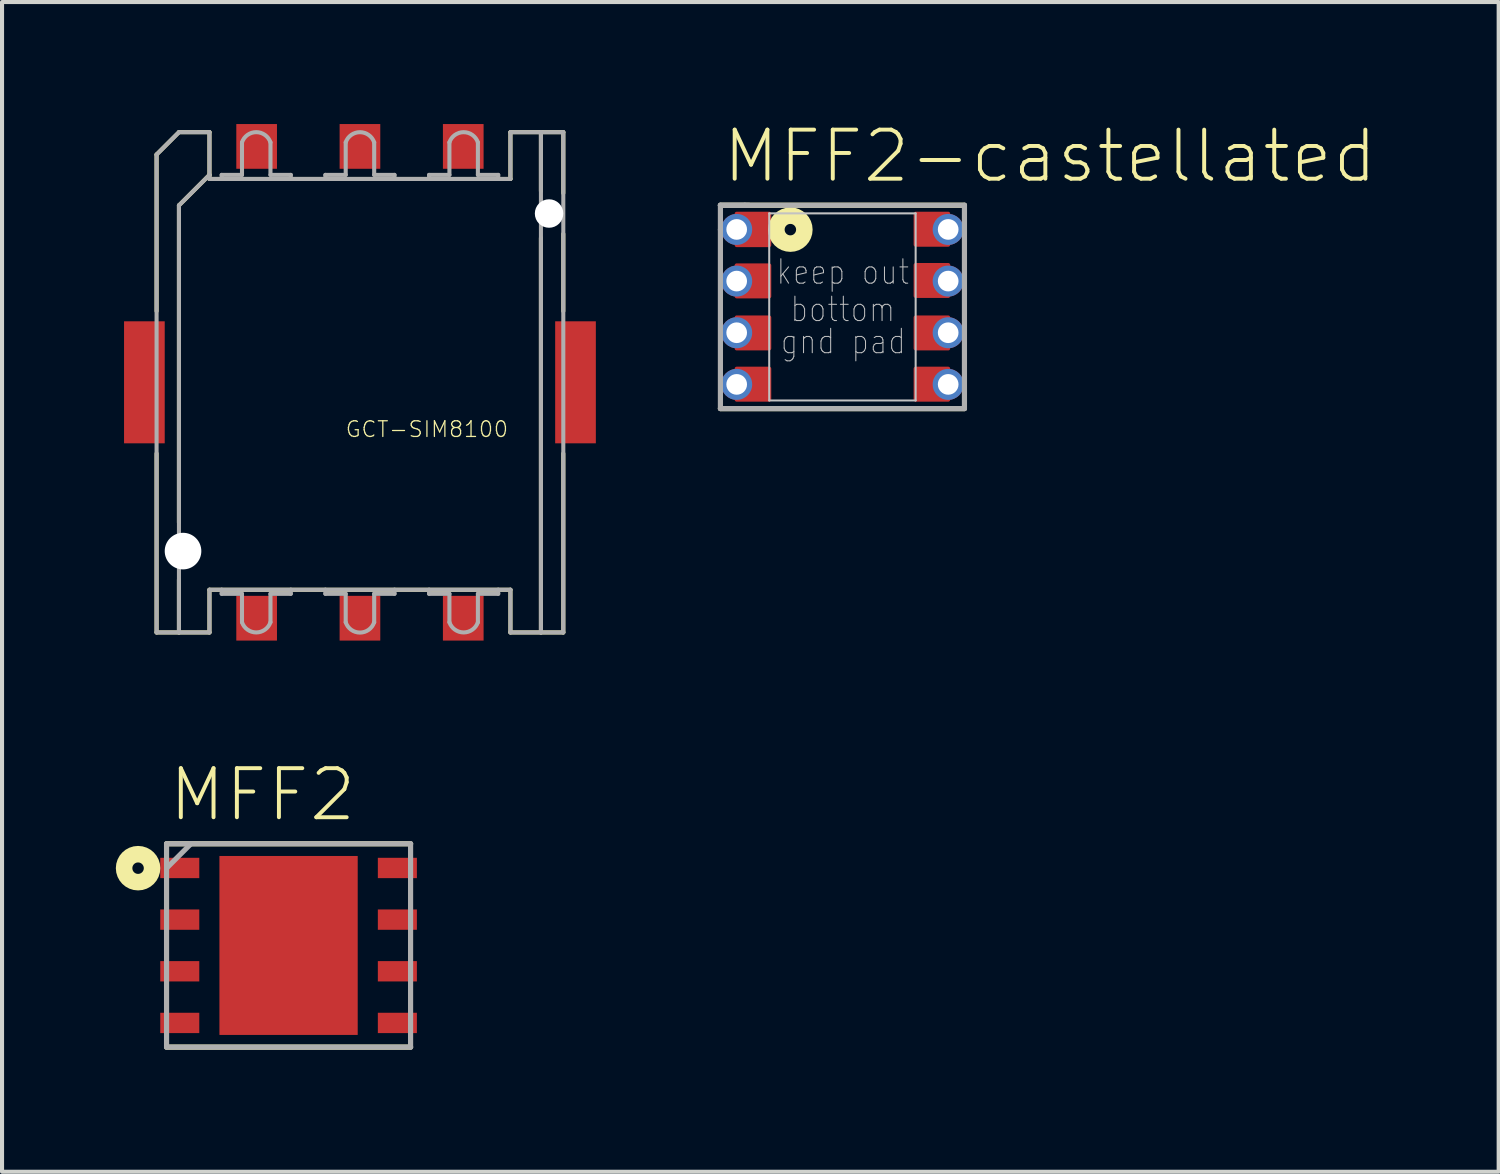
<source format=kicad_pcb>
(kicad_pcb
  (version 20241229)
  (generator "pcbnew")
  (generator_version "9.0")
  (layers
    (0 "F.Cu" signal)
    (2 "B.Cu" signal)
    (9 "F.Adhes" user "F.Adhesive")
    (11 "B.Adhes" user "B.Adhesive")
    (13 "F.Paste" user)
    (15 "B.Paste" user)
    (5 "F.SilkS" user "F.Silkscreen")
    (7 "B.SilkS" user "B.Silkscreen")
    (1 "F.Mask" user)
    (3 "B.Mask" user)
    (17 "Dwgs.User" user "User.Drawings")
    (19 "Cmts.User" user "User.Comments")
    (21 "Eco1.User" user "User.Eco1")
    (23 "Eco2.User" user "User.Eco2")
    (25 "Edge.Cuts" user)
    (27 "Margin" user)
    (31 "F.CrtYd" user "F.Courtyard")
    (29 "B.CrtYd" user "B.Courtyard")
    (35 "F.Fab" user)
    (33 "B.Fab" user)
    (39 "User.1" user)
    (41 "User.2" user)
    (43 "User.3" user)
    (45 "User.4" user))
  (footprint "MFF2"
    (layer "F.Cu")
    (at 4.045 20.196)
    (property "Reference" "MFF2" (at -3 -3 180) (layer "F.SilkS") (effects (font (size 1.206 1.206) (thickness 0.097)) (justify left bottom)))
    (attr through_hole)
    (fp_line (start -3 -2.5) (end 3 -2.5) (stroke (width 0.127) (type solid)) (layer "F.SilkS"))
    (fp_line (start 3 2.5) (end -3 2.5) (stroke (width 0.127) (type solid)) (layer "F.SilkS"))
    (fp_circle (center -3.7 -1.9) (end -3.559 -1.9) (stroke (width 0.406) (type solid)) (fill no) (layer "F.SilkS"))
    (fp_line (start -3 -2.5) (end -2.4 -2.5) (stroke (width 0.127) (type solid)) (layer "F.Fab"))
    (fp_line (start -3 -1.9) (end -3 -2.5) (stroke (width 0.127) (type solid)) (layer "F.Fab"))
    (fp_line (start -3 -1.9) (end -2.4 -2.5) (stroke (width 0.127) (type solid)) (layer "F.Fab"))
    (fp_line (start -3 2.5) (end -3 -1.9) (stroke (width 0.127) (type solid)) (layer "F.Fab"))
    (fp_line (start -2.4 -2.5) (end 3 -2.5) (stroke (width 0.127) (type solid)) (layer "F.Fab"))
    (fp_line (start 3 -2.5) (end 3 2.5) (stroke (width 0.127) (type solid)) (layer "F.Fab"))
    (fp_line (start 3 2.5) (end -3 2.5) (stroke (width 0.127) (type solid)) (layer "F.Fab"))
    (pad "1" smd rect (at -2.675 -1.905) (size 0.96 0.5) (layers "F.Cu" "F.Mask" "F.Paste"))
    (pad "2" smd rect (at -2.675 -0.635) (size 0.96 0.5) (layers "F.Cu" "F.Mask" "F.Paste"))
    (pad "3" smd rect (at -2.675 0.635) (size 0.96 0.5) (layers "F.Cu" "F.Mask" "F.Paste"))
    (pad "4" smd rect (at -2.675 1.905) (size 0.96 0.5) (layers "F.Cu" "F.Mask" "F.Paste"))
    (pad "5" smd rect (at 2.675 1.905) (size 0.96 0.5) (layers "F.Cu" "F.Mask" "F.Paste"))
    (pad "6" smd rect (at 2.675 0.635) (size 0.96 0.5) (layers "F.Cu" "F.Mask" "F.Paste"))
    (pad "7" smd rect (at 2.675 -0.635) (size 0.96 0.5) (layers "F.Cu" "F.Mask" "F.Paste"))
    (pad "8" smd rect (at 2.675 -1.905) (size 0.96 0.5) (layers "F.Cu" "F.Mask" "F.Paste"))
    (pad "P$1" smd rect (at 0 0) (size 3.4 4.4) (layers "F.Cu" "F.Mask" "F.Paste")))
  (footprint "MFF2-castellated"
    (layer "F.Cu")
    (at 17.663 4.496)
    (property "Reference" "MFF2-castellated" (at -3 -3 180) (layer "F.SilkS") (effects (font (size 1.206 1.206) (thickness 0.097)) (justify left bottom)))
    (attr through_hole)
    (fp_poly (pts (xy -1.8 -1.52) (xy -2.6 -1.52) (xy -2.6 -2.29) (xy -1.8 -2.29)) (stroke (width 0.1) (type solid)) (fill yes) (layer "F.Cu"))
    (fp_poly (pts (xy -1.8 -0.26) (xy -2.6 -0.26) (xy -2.6 -1.02) (xy -1.8 -1.02)) (stroke (width 0.1) (type solid)) (fill yes) (layer "F.Cu"))
    (fp_poly (pts (xy -1.8 1.02) (xy -2.6 1.02) (xy -2.6 0.26) (xy -1.8 0.26)) (stroke (width 0.1) (type solid)) (fill yes) (layer "F.Cu"))
    (fp_poly (pts (xy -1.8 2.28) (xy -2.6 2.28) (xy -2.6 1.52) (xy -1.8 1.52)) (stroke (width 0.1) (type solid)) (fill yes) (layer "F.Cu"))
    (fp_poly (pts (xy 2.6 -1.53) (xy 1.8 -1.53) (xy 1.8 -2.29) (xy 2.6 -2.29)) (stroke (width 0.1) (type solid)) (fill yes) (layer "F.Cu"))
    (fp_poly (pts (xy 2.6 -0.27) (xy 1.8 -0.27) (xy 1.8 -1.03) (xy 2.6 -1.03)) (stroke (width 0.1) (type solid)) (fill yes) (layer "F.Cu"))
    (fp_poly (pts (xy 2.6 1.02) (xy 1.8 1.02) (xy 1.8 0.26) (xy 2.6 0.26)) (stroke (width 0.1) (type solid)) (fill yes) (layer "F.Cu"))
    (fp_poly (pts (xy 2.6 2.28) (xy 1.8 2.28) (xy 1.8 1.52) (xy 2.6 1.52)) (stroke (width 0.1) (type solid)) (fill yes) (layer "F.Cu"))
    (fp_poly (pts (xy -1.8 -1.52) (xy -2.6 -1.52) (xy -2.6 -2.29) (xy -1.8 -2.29)) (stroke (width 0.1) (type solid)) (fill yes) (layer "F.Mask"))
    (fp_poly (pts (xy -1.8 -0.26) (xy -2.6 -0.26) (xy -2.6 -1.02) (xy -1.8 -1.02)) (stroke (width 0.1) (type solid)) (fill yes) (layer "F.Mask"))
    (fp_poly (pts (xy -1.8 1.02) (xy -2.6 1.02) (xy -2.6 0.26) (xy -1.8 0.26)) (stroke (width 0.1) (type solid)) (fill yes) (layer "F.Mask"))
    (fp_poly (pts (xy -1.8 2.28) (xy -2.6 2.28) (xy -2.6 1.52) (xy -1.8 1.52)) (stroke (width 0.1) (type solid)) (fill yes) (layer "F.Mask"))
    (fp_poly (pts (xy 2.6 -1.53) (xy 1.8 -1.53) (xy 1.8 -2.29) (xy 2.6 -2.29)) (stroke (width 0.1) (type solid)) (fill yes) (layer "F.Mask"))
    (fp_poly (pts (xy 2.6 -0.27) (xy 1.8 -0.27) (xy 1.8 -1.03) (xy 2.6 -1.03)) (stroke (width 0.1) (type solid)) (fill yes) (layer "F.Mask"))
    (fp_poly (pts (xy 2.6 1.02) (xy 1.8 1.02) (xy 1.8 0.26) (xy 2.6 0.26)) (stroke (width 0.1) (type solid)) (fill yes) (layer "F.Mask"))
    (fp_poly (pts (xy 2.6 2.28) (xy 1.8 2.28) (xy 1.8 1.52) (xy 2.6 1.52)) (stroke (width 0.1) (type solid)) (fill yes) (layer "F.Mask"))
    (fp_line (start -3 -2.5) (end 3 -2.5) (stroke (width 0.127) (type solid)) (layer "F.SilkS"))
    (fp_line (start 3 2.5) (end -3 2.5) (stroke (width 0.127) (type solid)) (layer "F.SilkS"))
    (fp_circle (center -1.28 -1.9) (end -1.139 -1.9) (stroke (width 0.406) (type solid)) (fill no) (layer "F.SilkS"))
    (fp_line (start -1.8 -2.3) (end -1.8 2.3) (stroke (width 0.05) (type solid)) (layer "Dwgs.User"))
    (fp_line (start -1.8 2.3) (end 1.8 2.3) (stroke (width 0.05) (type solid)) (layer "Dwgs.User"))
    (fp_line (start 1.8 -2.3) (end -1.8 -2.3) (stroke (width 0.05) (type solid)) (layer "Dwgs.User"))
    (fp_line (start 1.8 2.3) (end 1.8 -2.3) (stroke (width 0.05) (type solid)) (layer "Dwgs.User"))
    (fp_line (start -3 -2.5) (end -2.4 -2.5) (stroke (width 0.127) (type solid)) (layer "F.Fab"))
    (fp_line (start -3 -2.5) (end -2.3 -2.5) (stroke (width 0.127) (type solid)) (layer "F.Fab"))
    (fp_line (start -3 -1.9) (end -3 -2.5) (stroke (width 0.127) (type solid)) (layer "F.Fab"))
    (fp_line (start -3 2.5) (end -3 -1.9) (stroke (width 0.127) (type solid)) (layer "F.Fab"))
    (fp_line (start -2.4 -2.5) (end 3 -2.5) (stroke (width 0.127) (type solid)) (layer "F.Fab"))
    (fp_line (start 3 -2.5) (end 3 2.5) (stroke (width 0.127) (type solid)) (layer "F.Fab"))
    (fp_line (start 3 2.5) (end -3 2.5) (stroke (width 0.127) (type solid)) (layer "F.Fab"))
    (fp_text user "keep out" (at 0.01 -0.86 0) (layer "Dwgs.User") (effects (font (size 0.6 0.5) (thickness 0.025))))
    (fp_text user "bottom" (at 0.01 0.06 0) (layer "Dwgs.User") (effects (font (size 0.6 0.5) (thickness 0.025))))
    (fp_text user "gnd pad" (at 0.02 0.85 0) (layer "Dwgs.User") (effects (font (size 0.6 0.5) (thickness 0.025))))
    (pad "1" thru_hole circle (at -2.6 -1.905) (size 0.762 0.762) (drill 0.508) (layers "*.Cu" "*.Mask"))
    (pad "2" thru_hole circle (at -2.6 -0.635) (size 0.762 0.762) (drill 0.508) (layers "*.Cu" "*.Mask"))
    (pad "3" thru_hole circle (at -2.6 0.635) (size 0.762 0.762) (drill 0.508) (layers "*.Cu" "*.Mask"))
    (pad "4" thru_hole circle (at -2.6 1.905) (size 0.762 0.762) (drill 0.508) (layers "*.Cu" "*.Mask"))
    (pad "5" thru_hole circle (at 2.6 1.905) (size 0.762 0.762) (drill 0.508) (layers "*.Cu" "*.Mask"))
    (pad "6" thru_hole circle (at 2.6 0.635) (size 0.762 0.762) (drill 0.508) (layers "*.Cu" "*.Mask"))
    (pad "7" thru_hole circle (at 2.6 -0.635) (size 0.762 0.762) (drill 0.508) (layers "*.Cu" "*.Mask"))
    (pad "8" thru_hole circle (at 2.6 -1.905) (size 0.762 0.762) (drill 0.508) (layers "*.Cu" "*.Mask")))
  (footprint "GCT-SIM8100"
    (layer "F.Cu")
    (at 5.8 6.35)
    (property "Reference" "GCT-SIM8100" (at -0.377 1.38 180) (layer "F.SilkS") (effects (font (size 0.386 0.386) (thickness 0.031)) (justify left bottom)))
    (attr through_hole)
    (fp_line (start -5 -5.6) (end -5 -1.75) (stroke (width 0.1) (type solid)) (layer "F.SilkS"))
    (fp_line (start -5 6.15) (end -5 1.75) (stroke (width 0.1) (type solid)) (layer "F.SilkS"))
    (fp_line (start -4.45 -6.15) (end -5 -5.6) (stroke (width 0.1) (type solid)) (layer "F.SilkS"))
    (fp_line (start -4.45 3.45) (end -4.45 -4.35) (stroke (width 0.1) (type solid)) (layer "F.SilkS"))
    (fp_line (start -4.45 6.15) (end -5 6.15) (stroke (width 0.1) (type solid)) (layer "F.SilkS"))
    (fp_line (start -4.45 6.15) (end -4.45 4.85) (stroke (width 0.1) (type solid)) (layer "F.SilkS"))
    (fp_line (start -3.7 -6.15) (end -4.45 -6.15) (stroke (width 0.1) (type solid)) (layer "F.SilkS"))
    (fp_line (start -3.7 -6.15) (end -3.7 -5.1) (stroke (width 0.1) (type solid)) (layer "F.SilkS"))
    (fp_line (start -3.7 -5.1) (end -4.45 -4.35) (stroke (width 0.1) (type solid)) (layer "F.SilkS"))
    (fp_line (start -3.7 -5.1) (end -3.7 -5) (stroke (width 0.1) (type solid)) (layer "F.SilkS"))
    (fp_line (start -3.7 -5) (end 3.7 -5) (stroke (width 0.1) (type solid)) (layer "F.SilkS"))
    (fp_line (start -3.7 5.1) (end -3.7 6.15) (stroke (width 0.1) (type solid)) (layer "F.SilkS"))
    (fp_line (start -3.7 6.15) (end -4.45 6.15) (stroke (width 0.1) (type solid)) (layer "F.SilkS"))
    (fp_line (start 3.7 -6.15) (end 4.45 -6.15) (stroke (width 0.1) (type solid)) (layer "F.SilkS"))
    (fp_line (start 3.7 -5) (end 3.7 -6.15) (stroke (width 0.1) (type solid)) (layer "F.SilkS"))
    (fp_line (start 3.7 5.1) (end -3.7 5.1) (stroke (width 0.1) (type solid)) (layer "F.SilkS"))
    (fp_line (start 3.7 6.15) (end 3.7 5.1) (stroke (width 0.1) (type solid)) (layer "F.SilkS"))
    (fp_line (start 4.45 -6.15) (end 4.45 -4.7) (stroke (width 0.1) (type solid)) (layer "F.SilkS"))
    (fp_line (start 4.45 -6.15) (end 5 -6.15) (stroke (width 0.1) (type solid)) (layer "F.SilkS"))
    (fp_line (start 4.45 -3.55) (end 4.45 6.15) (stroke (width 0.1) (type solid)) (layer "F.SilkS"))
    (fp_line (start 4.45 6.15) (end 3.7 6.15) (stroke (width 0.1) (type solid)) (layer "F.SilkS"))
    (fp_line (start 5 -6.15) (end 5 -4.65) (stroke (width 0.1) (type solid)) (layer "F.SilkS"))
    (fp_line (start 5 -3.65) (end 5 -1.75) (stroke (width 0.1) (type solid)) (layer "F.SilkS"))
    (fp_line (start 5 1.75) (end 5 6.15) (stroke (width 0.1) (type solid)) (layer "F.SilkS"))
    (fp_line (start 5 6.15) (end 4.45 6.15) (stroke (width 0.1) (type solid)) (layer "F.SilkS"))
    (fp_line (start -5 -5.6) (end -5 6.15) (stroke (width 0.1) (type solid)) (layer "F.Fab"))
    (fp_line (start -5 6.15) (end -4.45 6.15) (stroke (width 0.1) (type solid)) (layer "F.Fab"))
    (fp_line (start -4.45 -6.15) (end -5 -5.6) (stroke (width 0.1) (type solid)) (layer "F.Fab"))
    (fp_line (start -4.45 -4.35) (end -4.45 6.15) (stroke (width 0.1) (type solid)) (layer "F.Fab"))
    (fp_line (start -4.45 6.15) (end -3.7 6.15) (stroke (width 0.1) (type solid)) (layer "F.Fab"))
    (fp_line (start -3.7 -6.15) (end -4.45 -6.15) (stroke (width 0.1) (type solid)) (layer "F.Fab"))
    (fp_line (start -3.7 -5.1) (end -4.45 -4.35) (stroke (width 0.1) (type solid)) (layer "F.Fab"))
    (fp_line (start -3.7 -5.1) (end -3.7 -6.15) (stroke (width 0.1) (type solid)) (layer "F.Fab"))
    (fp_line (start -3.7 -5) (end -3.7 -5.1) (stroke (width 0.1) (type solid)) (layer "F.Fab"))
    (fp_line (start -3.7 5.1) (end -3.4 5.1) (stroke (width 0.1) (type solid)) (layer "F.Fab"))
    (fp_line (start -3.7 6.15) (end -3.7 5.1) (stroke (width 0.1) (type solid)) (layer "F.Fab"))
    (fp_line (start -3.4 -5.1) (end -3.4 -5) (stroke (width 0.1) (type solid)) (layer "F.Fab"))
    (fp_line (start -3.4 -5) (end -3.7 -5) (stroke (width 0.1) (type solid)) (layer "F.Fab"))
    (fp_line (start -3.4 5.1) (end -1.7 5.1) (stroke (width 0.1) (type solid)) (layer "F.Fab"))
    (fp_line (start -3.4 5.2) (end -3.4 5.1) (stroke (width 0.1) (type solid)) (layer "F.Fab"))
    (fp_line (start -2.9 -5.9) (end -2.9 -5.1) (stroke (width 0.1) (type solid)) (layer "F.Fab"))
    (fp_line (start -2.9 -5.1) (end -3.4 -5.1) (stroke (width 0.1) (type solid)) (layer "F.Fab"))
    (fp_line (start -2.9 5.2) (end -3.4 5.2) (stroke (width 0.1) (type solid)) (layer "F.Fab"))
    (fp_line (start -2.9 5.9) (end -2.9 5.2) (stroke (width 0.1) (type solid)) (layer "F.Fab"))
    (fp_line (start -2.2 -5.9) (end -2.2 -5.1) (stroke (width 0.1) (type solid)) (layer "F.Fab"))
    (fp_line (start -2.2 -5.1) (end -1.7 -5.1) (stroke (width 0.1) (type solid)) (layer "F.Fab"))
    (fp_line (start -2.2 5.2) (end -1.7 5.2) (stroke (width 0.1) (type solid)) (layer "F.Fab"))
    (fp_line (start -2.2 5.9) (end -2.2 5.2) (stroke (width 0.1) (type solid)) (layer "F.Fab"))
    (fp_line (start -1.7 -5.1) (end -1.7 -5) (stroke (width 0.1) (type solid)) (layer "F.Fab"))
    (fp_line (start -1.7 -5) (end -3.4 -5) (stroke (width 0.1) (type solid)) (layer "F.Fab"))
    (fp_line (start -1.7 5.1) (end -0.85 5.1) (stroke (width 0.1) (type solid)) (layer "F.Fab"))
    (fp_line (start -1.7 5.2) (end -1.7 5.1) (stroke (width 0.1) (type solid)) (layer "F.Fab"))
    (fp_line (start -0.85 -5.1) (end -0.85 -5) (stroke (width 0.1) (type solid)) (layer "F.Fab"))
    (fp_line (start -0.85 -5) (end -1.7 -5) (stroke (width 0.1) (type solid)) (layer "F.Fab"))
    (fp_line (start -0.85 5.1) (end 0.85 5.1) (stroke (width 0.1) (type solid)) (layer "F.Fab"))
    (fp_line (start -0.85 5.2) (end -0.85 5.1) (stroke (width 0.1) (type solid)) (layer "F.Fab"))
    (fp_line (start -0.35 -5.9) (end -0.35 -5.1) (stroke (width 0.1) (type solid)) (layer "F.Fab"))
    (fp_line (start -0.35 -5.1) (end -0.85 -5.1) (stroke (width 0.1) (type solid)) (layer "F.Fab"))
    (fp_line (start -0.35 5.2) (end -0.85 5.2) (stroke (width 0.1) (type solid)) (layer "F.Fab"))
    (fp_line (start -0.35 5.9) (end -0.35 5.2) (stroke (width 0.1) (type solid)) (layer "F.Fab"))
    (fp_line (start 0.35 -5.9) (end 0.35 -5.1) (stroke (width 0.1) (type solid)) (layer "F.Fab"))
    (fp_line (start 0.35 -5.1) (end 0.85 -5.1) (stroke (width 0.1) (type solid)) (layer "F.Fab"))
    (fp_line (start 0.35 5.2) (end 0.85 5.2) (stroke (width 0.1) (type solid)) (layer "F.Fab"))
    (fp_line (start 0.35 5.9) (end 0.35 5.2) (stroke (width 0.1) (type solid)) (layer "F.Fab"))
    (fp_line (start 0.85 -5.1) (end 0.85 -5) (stroke (width 0.1) (type solid)) (layer "F.Fab"))
    (fp_line (start 0.85 -5) (end -0.85 -5) (stroke (width 0.1) (type solid)) (layer "F.Fab"))
    (fp_line (start 0.85 5.1) (end 1.7 5.1) (stroke (width 0.1) (type solid)) (layer "F.Fab"))
    (fp_line (start 0.85 5.2) (end 0.85 5.1) (stroke (width 0.1) (type solid)) (layer "F.Fab"))
    (fp_line (start 1.7 -5.1) (end 1.7 -5) (stroke (width 0.1) (type solid)) (layer "F.Fab"))
    (fp_line (start 1.7 -5) (end 0.85 -5) (stroke (width 0.1) (type solid)) (layer "F.Fab"))
    (fp_line (start 1.7 5.1) (end 3.4 5.1) (stroke (width 0.1) (type solid)) (layer "F.Fab"))
    (fp_line (start 1.7 5.2) (end 1.7 5.1) (stroke (width 0.1) (type solid)) (layer "F.Fab"))
    (fp_line (start 2.2 -5.9) (end 2.2 -5.1) (stroke (width 0.1) (type solid)) (layer "F.Fab"))
    (fp_line (start 2.2 -5.1) (end 1.7 -5.1) (stroke (width 0.1) (type solid)) (layer "F.Fab"))
    (fp_line (start 2.2 5.2) (end 1.7 5.2) (stroke (width 0.1) (type solid)) (layer "F.Fab"))
    (fp_line (start 2.2 5.9) (end 2.2 5.2) (stroke (width 0.1) (type solid)) (layer "F.Fab"))
    (fp_line (start 2.9 -5.9) (end 2.9 -5.1) (stroke (width 0.1) (type solid)) (layer "F.Fab"))
    (fp_line (start 2.9 -5.1) (end 3.4 -5.1) (stroke (width 0.1) (type solid)) (layer "F.Fab"))
    (fp_line (start 2.9 5.2) (end 3.4 5.2) (stroke (width 0.1) (type solid)) (layer "F.Fab"))
    (fp_line (start 2.9 5.9) (end 2.9 5.2) (stroke (width 0.1) (type solid)) (layer "F.Fab"))
    (fp_line (start 3.4 -5.1) (end 3.4 -5) (stroke (width 0.1) (type solid)) (layer "F.Fab"))
    (fp_line (start 3.4 -5) (end 1.7 -5) (stroke (width 0.1) (type solid)) (layer "F.Fab"))
    (fp_line (start 3.4 5.1) (end 3.7 5.1) (stroke (width 0.1) (type solid)) (layer "F.Fab"))
    (fp_line (start 3.4 5.2) (end 3.4 5.1) (stroke (width 0.1) (type solid)) (layer "F.Fab"))
    (fp_line (start 3.7 -6.15) (end 3.7 -5) (stroke (width 0.1) (type solid)) (layer "F.Fab"))
    (fp_line (start 3.7 -5) (end 3.4 -5) (stroke (width 0.1) (type solid)) (layer "F.Fab"))
    (fp_line (start 3.7 5.1) (end 3.7 6.15) (stroke (width 0.1) (type solid)) (layer "F.Fab"))
    (fp_line (start 3.7 6.15) (end 4.45 6.15) (stroke (width 0.1) (type solid)) (layer "F.Fab"))
    (fp_line (start 4.45 -6.15) (end 3.7 -6.15) (stroke (width 0.1) (type solid)) (layer "F.Fab"))
    (fp_line (start 4.45 -6.15) (end 4.45 6.15) (stroke (width 0.1) (type solid)) (layer "F.Fab"))
    (fp_line (start 4.45 6.15) (end 5 6.15) (stroke (width 0.1) (type solid)) (layer "F.Fab"))
    (fp_line (start 5 -6.15) (end 4.45 -6.15) (stroke (width 0.1) (type solid)) (layer "F.Fab"))
    (fp_line (start 5 6.15) (end 5 -6.15) (stroke (width 0.1) (type solid)) (layer "F.Fab"))
    (fp_arc (start -2.9 -5.9) (mid -2.549999 -6.150541) (end -2.199999 -5.899998) (stroke (width 0.1) (type solid)) (layer "F.Fab"))
    (fp_arc (start -2.199999 5.899998) (mid -2.549999 6.15) (end -2.9 5.9) (stroke (width 0.1) (type solid)) (layer "F.Fab"))
    (fp_arc (start -0.35 -5.9) (mid 0.000001 -6.149999) (end 0.350001 -5.899998) (stroke (width 0.1) (type solid)) (layer "F.Fab"))
    (fp_arc (start 0.35 5.9) (mid 0 6.153409) (end -0.35 5.9) (stroke (width 0.1) (type solid)) (layer "F.Fab"))
    (fp_arc (start 2.2 -5.9) (mid 2.55 -6.150135) (end 2.9 -5.9) (stroke (width 0.1) (type solid)) (layer "F.Fab"))
    (fp_arc (start 2.900001 5.899998) (mid 2.550001 6.15) (end 2.2 5.9) (stroke (width 0.1) (type solid)) (layer "F.Fab"))
    (pad "" np_thru_hole circle (at -4.35 4.15) (size 0.9 0.9) (drill 0.9) (layers "*.Cu" "*.Mask"))
    (pad "" np_thru_hole circle (at 4.65 -4.15) (size 0.7 0.7) (drill 0.7) (layers "*.Cu" "*.Mask"))
    (pad "C1" smd rect (at 2.54 5.8) (size 1 1.1) (layers "F.Cu" "F.Mask" "F.Paste"))
    (pad "C2" smd rect (at 0 5.8) (size 1 1.1) (layers "F.Cu" "F.Mask" "F.Paste"))
    (pad "C3" smd rect (at -2.54 5.8) (size 1 1.1) (layers "F.Cu" "F.Mask" "F.Paste"))
    (pad "C5" smd rect (at 2.54 -5.8) (size 1 1.1) (layers "F.Cu" "F.Mask" "F.Paste"))
    (pad "C6" smd rect (at 0 -5.8) (size 1 1.1) (layers "F.Cu" "F.Mask" "F.Paste"))
    (pad "C7" smd rect (at -2.54 -5.8) (size 1 1.1) (layers "F.Cu" "F.Mask" "F.Paste"))
    (pad "NC@1" smd rect (at -5.3 0) (size 1 3) (layers "F.Cu" "F.Mask" "F.Paste"))
    (pad "NC@2" smd rect (at 5.3 0) (size 1 3) (layers "F.Cu" "F.Mask" "F.Paste")))
  (gr_rect
    (start -3 -3)
    (end 33.798 25.76)
    (stroke (width 0.1) (type default))
    (fill no)
    (layer "Edge.Cuts")))
</source>
